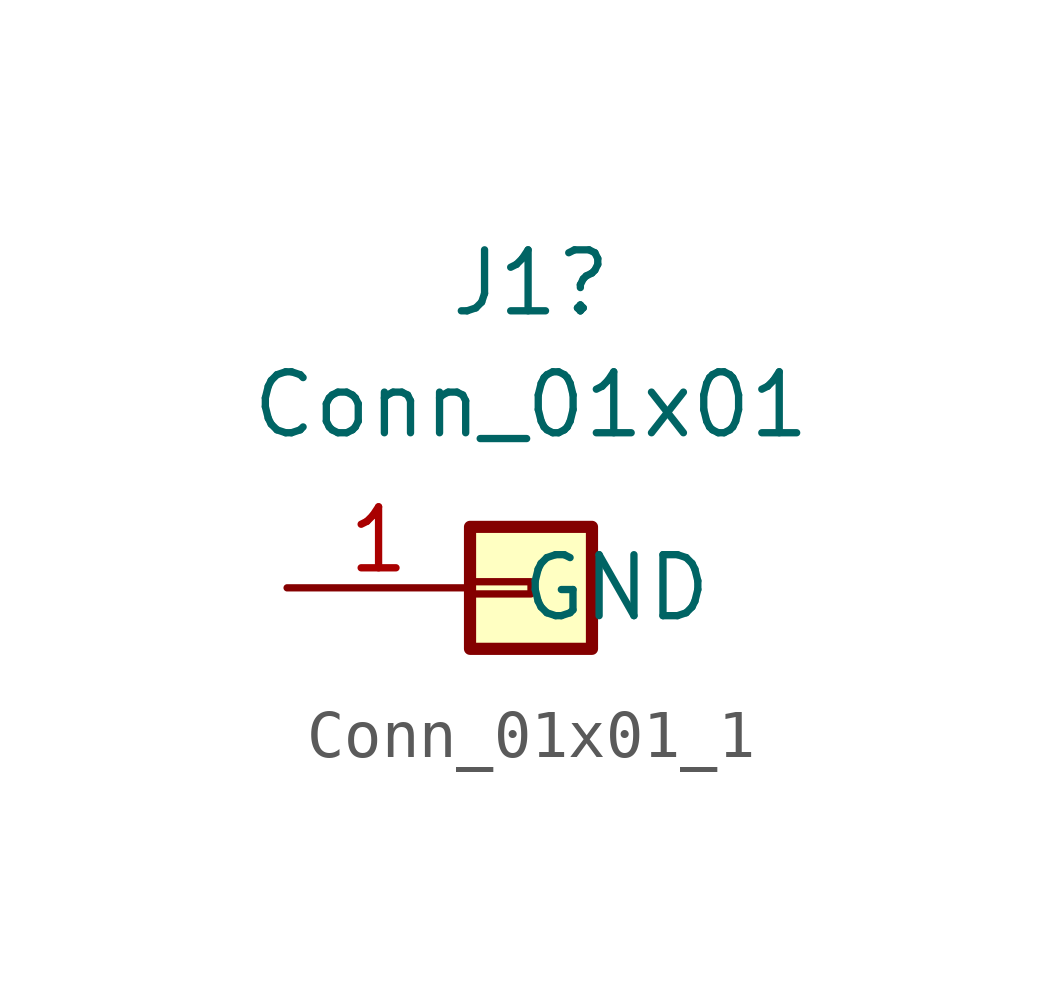
<source format=kicad_sym>
(kicad_symbol_lib
  (version 20211014)
  (generator kicad_symbol_editor)
  (symbol "Conn_01x01_1"
    (pin_names
      (offset 1.016))
    (property "Reference" "J1"
      (at 0 6.35 0)
      (effects (font (size 1.27 1.27))))
    (property "Value" "Conn_01x01"
      (at 0 3.81 0)
      (effects (font (size 1.27 1.27))))
    (symbol "Conn_01x01_1_1_1"
      (rectangle (start -1.27 0.127) (end 0 -0.127) (stroke (width 0.152) (type default) (color 0 0 0 0)) (fill (type none)))
      (rectangle (start -1.27 1.27) (end 1.27 -1.27) (stroke (width 0.254) (type default) (color 0 0 0 0)) (fill (type background)))
      (pin power_out line (at -5.08 0 0) (length 3.81) (name "GND" (effects (font (size 1.27 1.27)))) (number "1" (effects (font (size 1.27 1.27))))))))
</source>
